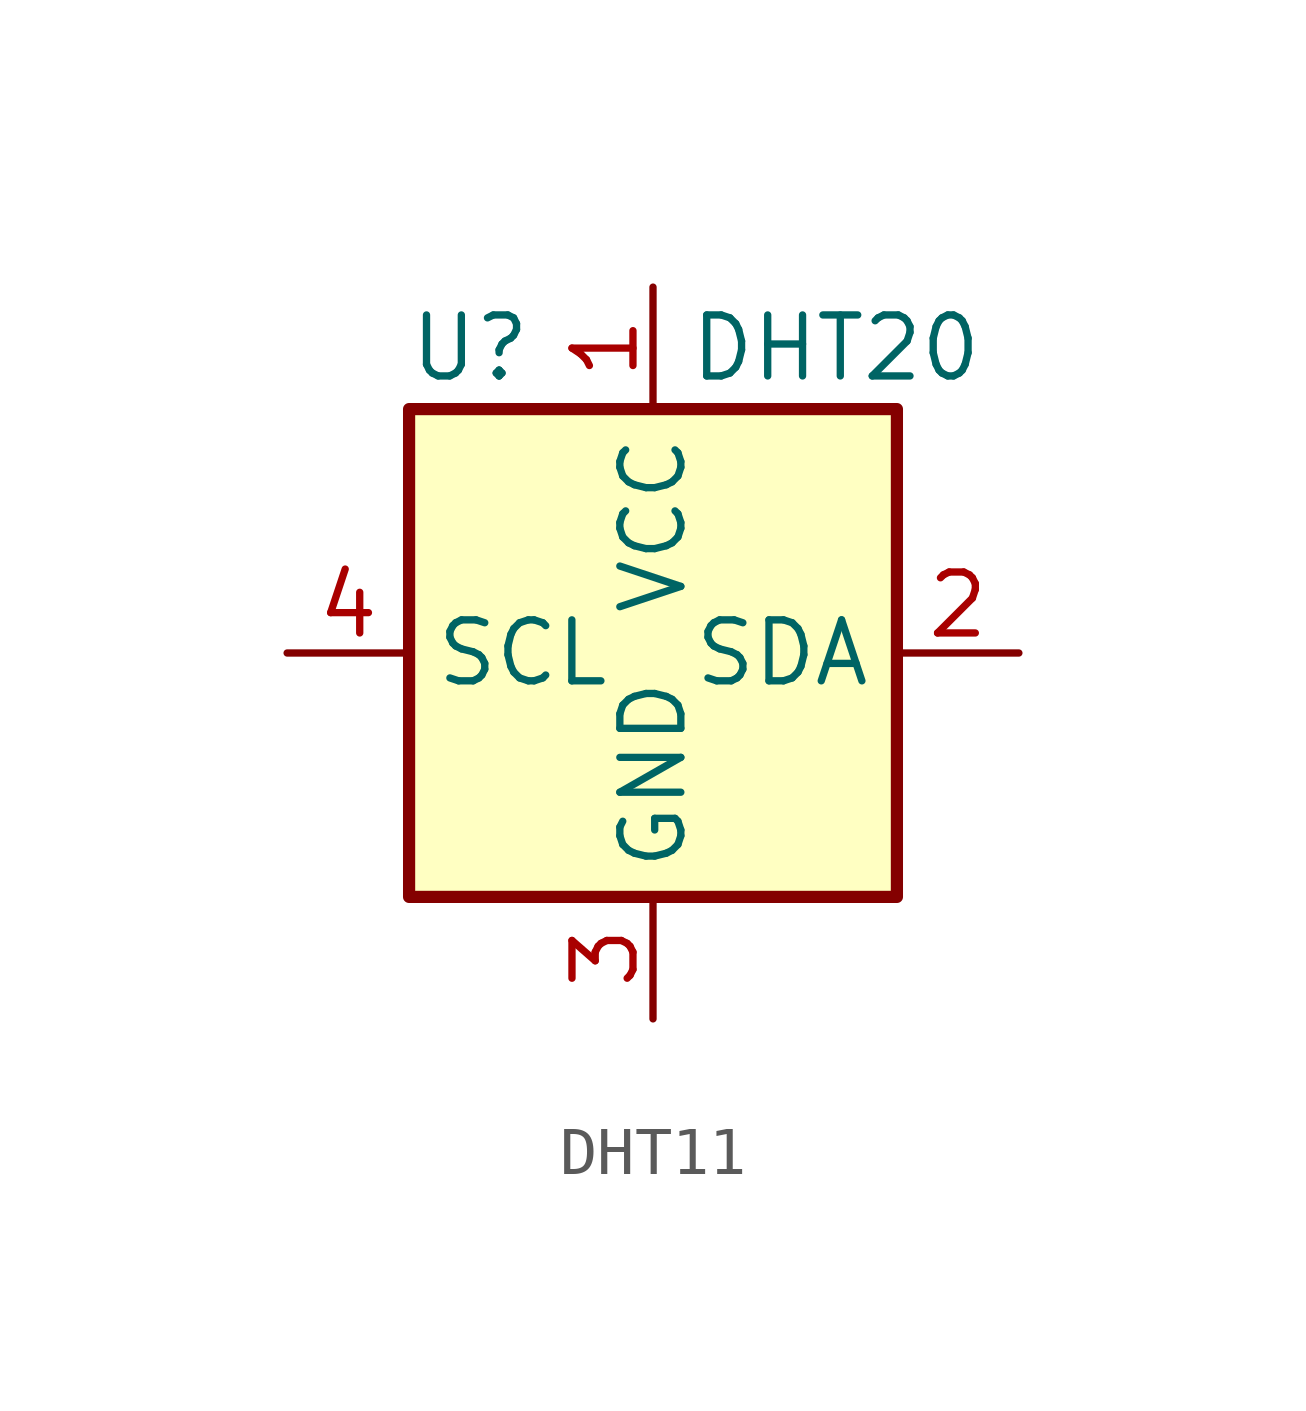
<source format=kicad_sym>
(kicad_symbol_lib
  (version 20220914)
  (generator kicad_symbol_editor)
  (symbol "DHT11"
    (property "Reference" "U"
      (at -3.81 6.35 0)
      (effects (font (size 1.27 1.27))))
    (property "Value" "DHT20"
      (at 3.81 6.35 0)
      (effects (font (size 1.27 1.27))))
    (symbol "DHT11_0_1"
      (rectangle (start -5.08 5.08) (end 5.08 -5.08) (stroke (width 0.254) (type default)) (fill (type background))))
    (symbol "DHT11_1_1"
      (pin power_in line (at 0 7.62 270) (length 2.54) (name "VCC" (effects (font (size 1.27 1.27)))) (number "1" (effects (font (size 1.27 1.27)))))
      (pin bidirectional line (at 7.62 0 180) (length 2.54) (name "SDA" (effects (font (size 1.27 1.27)))) (number "2" (effects (font (size 1.27 1.27)))))
      (pin power_in line (at 0 -7.62 90) (length 2.54) (name "GND" (effects (font (size 1.27 1.27)))) (number "3" (effects (font (size 1.27 1.27)))))
      (pin bidirectional line (at -7.62 0 0) (length 2.54) (name "SCL" (effects (font (size 1.27 1.27)))) (number "4" (effects (font (size 1.27 1.27))))))))
</source>
